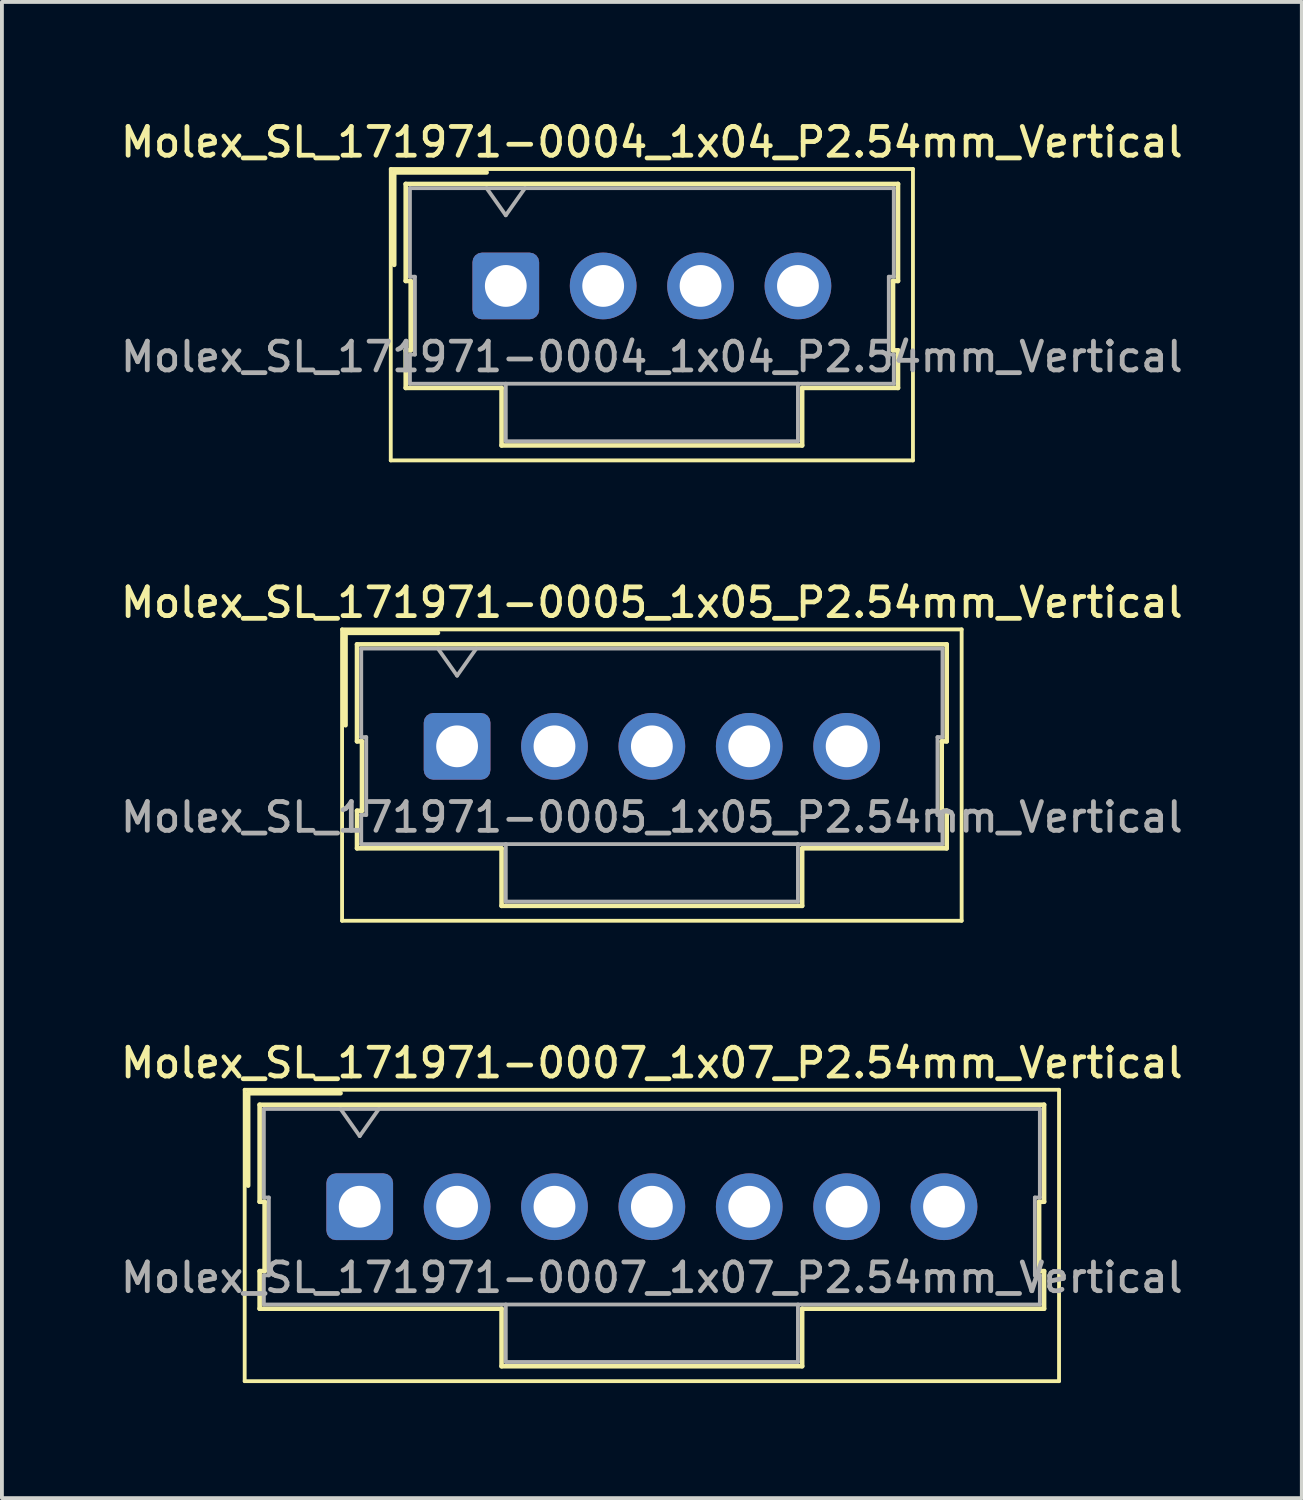
<source format=kicad_pcb>
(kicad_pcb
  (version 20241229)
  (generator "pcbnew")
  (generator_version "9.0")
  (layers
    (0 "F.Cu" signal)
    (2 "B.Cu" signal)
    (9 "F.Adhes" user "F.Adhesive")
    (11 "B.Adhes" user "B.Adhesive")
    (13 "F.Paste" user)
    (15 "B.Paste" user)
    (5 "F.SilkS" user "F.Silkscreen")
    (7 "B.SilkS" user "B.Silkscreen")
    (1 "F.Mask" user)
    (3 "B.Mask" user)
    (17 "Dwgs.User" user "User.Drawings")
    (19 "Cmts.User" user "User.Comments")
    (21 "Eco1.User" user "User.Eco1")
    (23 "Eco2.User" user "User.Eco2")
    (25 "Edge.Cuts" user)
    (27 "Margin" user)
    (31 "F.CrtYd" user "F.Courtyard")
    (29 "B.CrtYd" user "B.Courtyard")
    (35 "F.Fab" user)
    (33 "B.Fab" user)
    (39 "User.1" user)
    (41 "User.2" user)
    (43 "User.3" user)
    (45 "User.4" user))
  (footprint "Molex_SL_171971-0005_1x05_P2.54mm_Vertical"
    (layer "F.Cu")
    (at 8.872 16.416)
    (property "Reference" "Molex_SL_171971-0005_1x05_P2.54mm_Vertical" (at 5.08 -3.75 0) (layer "F.SilkS") (effects (font (size 0.75 0.75) (thickness 0.125))))
    (attr through_hole)
    (fp_line (start -3 -3.05) (end -3 4.55) (stroke (width 0.1) (type solid)) (layer "F.SilkS"))
    (fp_line (start -3 4.55) (end 13.16 4.55) (stroke (width 0.1) (type solid)) (layer "F.SilkS"))
    (fp_line (start -2.91 -2.96) (end -0.5 -2.96) (stroke (width 0.12) (type solid)) (layer "F.SilkS"))
    (fp_line (start -2.91 -0.55) (end -2.91 -2.96) (stroke (width 0.12) (type solid)) (layer "F.SilkS"))
    (fp_line (start -2.61 -2.66) (end -2.61 -0.13) (stroke (width 0.12) (type solid)) (layer "F.SilkS"))
    (fp_line (start -2.61 -0.13) (end -2.48 -0.13) (stroke (width 0.12) (type solid)) (layer "F.SilkS"))
    (fp_line (start -2.61 1.68) (end -2.61 2.66) (stroke (width 0.12) (type solid)) (layer "F.SilkS"))
    (fp_line (start -2.61 2.66) (end 1.16 2.66) (stroke (width 0.12) (type solid)) (layer "F.SilkS"))
    (fp_line (start -2.48 -0.13) (end -2.48 1.68) (stroke (width 0.12) (type solid)) (layer "F.SilkS"))
    (fp_line (start -2.48 1.68) (end -2.61 1.68) (stroke (width 0.12) (type solid)) (layer "F.SilkS"))
    (fp_line (start 1.16 2.66) (end 1.16 4.16) (stroke (width 0.12) (type solid)) (layer "F.SilkS"))
    (fp_line (start 1.16 4.16) (end 9 4.16) (stroke (width 0.12) (type solid)) (layer "F.SilkS"))
    (fp_line (start 9 2.66) (end 12.77 2.66) (stroke (width 0.12) (type solid)) (layer "F.SilkS"))
    (fp_line (start 9 4.16) (end 9 2.66) (stroke (width 0.12) (type solid)) (layer "F.SilkS"))
    (fp_line (start 12.64 -0.13) (end 12.77 -0.13) (stroke (width 0.12) (type solid)) (layer "F.SilkS"))
    (fp_line (start 12.64 1.68) (end 12.64 -0.13) (stroke (width 0.12) (type solid)) (layer "F.SilkS"))
    (fp_line (start 12.77 -2.66) (end -2.61 -2.66) (stroke (width 0.12) (type solid)) (layer "F.SilkS"))
    (fp_line (start 12.77 -0.13) (end 12.77 -2.66) (stroke (width 0.12) (type solid)) (layer "F.SilkS"))
    (fp_line (start 12.77 1.68) (end 12.64 1.68) (stroke (width 0.12) (type solid)) (layer "F.SilkS"))
    (fp_line (start 12.77 2.66) (end 12.77 1.68) (stroke (width 0.12) (type solid)) (layer "F.SilkS"))
    (fp_line (start 13.16 -3.05) (end -3 -3.05) (stroke (width 0.1) (type solid)) (layer "F.SilkS"))
    (fp_line (start 13.16 4.55) (end 13.16 -3.05) (stroke (width 0.1) (type solid)) (layer "F.SilkS"))
    (fp_line (start -2.5 -2.55) (end -2.5 -0.24) (stroke (width 0.1) (type solid)) (layer "F.Fab"))
    (fp_line (start -2.5 -0.24) (end -2.37 -0.24) (stroke (width 0.1) (type solid)) (layer "F.Fab"))
    (fp_line (start -2.5 1.79) (end -2.5 2.55) (stroke (width 0.1) (type solid)) (layer "F.Fab"))
    (fp_line (start -2.5 2.55) (end 12.66 2.55) (stroke (width 0.1) (type solid)) (layer "F.Fab"))
    (fp_line (start -2.37 -0.24) (end -2.37 1.79) (stroke (width 0.1) (type solid)) (layer "F.Fab"))
    (fp_line (start -2.37 1.79) (end -2.5 1.79) (stroke (width 0.1) (type solid)) (layer "F.Fab"))
    (fp_line (start 0 -1.843) (end -0.5 -2.55) (stroke (width 0.1) (type solid)) (layer "F.Fab"))
    (fp_line (start 0.5 -2.55) (end 0 -1.843) (stroke (width 0.1) (type solid)) (layer "F.Fab"))
    (fp_line (start 1.27 2.55) (end 1.27 4.05) (stroke (width 0.1) (type solid)) (layer "F.Fab"))
    (fp_line (start 1.27 4.05) (end 8.89 4.05) (stroke (width 0.1) (type solid)) (layer "F.Fab"))
    (fp_line (start 8.89 4.05) (end 8.89 2.55) (stroke (width 0.1) (type solid)) (layer "F.Fab"))
    (fp_line (start 12.53 -0.24) (end 12.66 -0.24) (stroke (width 0.1) (type solid)) (layer "F.Fab"))
    (fp_line (start 12.53 1.79) (end 12.53 -0.24) (stroke (width 0.1) (type solid)) (layer "F.Fab"))
    (fp_line (start 12.66 -2.55) (end -2.5 -2.55) (stroke (width 0.1) (type solid)) (layer "F.Fab"))
    (fp_line (start 12.66 -0.24) (end 12.66 -2.55) (stroke (width 0.1) (type solid)) (layer "F.Fab"))
    (fp_line (start 12.66 1.79) (end 12.53 1.79) (stroke (width 0.1) (type solid)) (layer "F.Fab"))
    (fp_line (start 12.66 2.55) (end 12.66 1.79) (stroke (width 0.1) (type solid)) (layer "F.Fab"))
    (fp_text user "${REFERENCE}" (at 5.08 1.85 0) (layer "F.Fab") (effects (font (size 0.75 0.75) (thickness 0.125))))
    (pad "1" thru_hole roundrect (at 0 0) (size 1.74 1.74) (drill 1.09) (layers "*.Cu" "*.Mask") (roundrect_rratio 0.144))
    (pad "2" thru_hole circle (at 2.54 0) (size 1.74 1.74) (drill 1.09) (layers "*.Cu" "*.Mask"))
    (pad "3" thru_hole circle (at 5.08 0) (size 1.74 1.74) (drill 1.09) (layers "*.Cu" "*.Mask"))
    (pad "4" thru_hole circle (at 7.62 0) (size 1.74 1.74) (drill 1.09) (layers "*.Cu" "*.Mask"))
    (pad "5" thru_hole circle (at 10.16 0) (size 1.74 1.74) (drill 1.09) (layers "*.Cu" "*.Mask")))
  (footprint "Molex_SL_171971-0004_1x04_P2.54mm_Vertical"
    (layer "F.Cu")
    (at 10.142 4.408)
    (property "Reference" "Molex_SL_171971-0004_1x04_P2.54mm_Vertical" (at 3.81 -3.75 0) (layer "F.SilkS") (effects (font (size 0.75 0.75) (thickness 0.125))))
    (attr through_hole)
    (fp_line (start -3 -3.05) (end -3 4.55) (stroke (width 0.1) (type solid)) (layer "F.SilkS"))
    (fp_line (start -3 4.55) (end 10.62 4.55) (stroke (width 0.1) (type solid)) (layer "F.SilkS"))
    (fp_line (start -2.91 -2.96) (end -0.5 -2.96) (stroke (width 0.12) (type solid)) (layer "F.SilkS"))
    (fp_line (start -2.91 -0.55) (end -2.91 -2.96) (stroke (width 0.12) (type solid)) (layer "F.SilkS"))
    (fp_line (start -2.61 -2.66) (end -2.61 -0.13) (stroke (width 0.12) (type solid)) (layer "F.SilkS"))
    (fp_line (start -2.61 -0.13) (end -2.48 -0.13) (stroke (width 0.12) (type solid)) (layer "F.SilkS"))
    (fp_line (start -2.61 1.68) (end -2.61 2.66) (stroke (width 0.12) (type solid)) (layer "F.SilkS"))
    (fp_line (start -2.61 2.66) (end -0.11 2.66) (stroke (width 0.12) (type solid)) (layer "F.SilkS"))
    (fp_line (start -2.48 -0.13) (end -2.48 1.68) (stroke (width 0.12) (type solid)) (layer "F.SilkS"))
    (fp_line (start -2.48 1.68) (end -2.61 1.68) (stroke (width 0.12) (type solid)) (layer "F.SilkS"))
    (fp_line (start -0.11 2.66) (end -0.11 4.16) (stroke (width 0.12) (type solid)) (layer "F.SilkS"))
    (fp_line (start -0.11 4.16) (end 7.73 4.16) (stroke (width 0.12) (type solid)) (layer "F.SilkS"))
    (fp_line (start 7.73 2.66) (end 10.23 2.66) (stroke (width 0.12) (type solid)) (layer "F.SilkS"))
    (fp_line (start 7.73 4.16) (end 7.73 2.66) (stroke (width 0.12) (type solid)) (layer "F.SilkS"))
    (fp_line (start 10.1 -0.13) (end 10.23 -0.13) (stroke (width 0.12) (type solid)) (layer "F.SilkS"))
    (fp_line (start 10.1 1.68) (end 10.1 -0.13) (stroke (width 0.12) (type solid)) (layer "F.SilkS"))
    (fp_line (start 10.23 -2.66) (end -2.61 -2.66) (stroke (width 0.12) (type solid)) (layer "F.SilkS"))
    (fp_line (start 10.23 -0.13) (end 10.23 -2.66) (stroke (width 0.12) (type solid)) (layer "F.SilkS"))
    (fp_line (start 10.23 1.68) (end 10.1 1.68) (stroke (width 0.12) (type solid)) (layer "F.SilkS"))
    (fp_line (start 10.23 2.66) (end 10.23 1.68) (stroke (width 0.12) (type solid)) (layer "F.SilkS"))
    (fp_line (start 10.62 -3.05) (end -3 -3.05) (stroke (width 0.1) (type solid)) (layer "F.SilkS"))
    (fp_line (start 10.62 4.55) (end 10.62 -3.05) (stroke (width 0.1) (type solid)) (layer "F.SilkS"))
    (fp_line (start -2.5 -2.55) (end -2.5 -0.24) (stroke (width 0.1) (type solid)) (layer "F.Fab"))
    (fp_line (start -2.5 -0.24) (end -2.37 -0.24) (stroke (width 0.1) (type solid)) (layer "F.Fab"))
    (fp_line (start -2.5 1.79) (end -2.5 2.55) (stroke (width 0.1) (type solid)) (layer "F.Fab"))
    (fp_line (start -2.5 2.55) (end 10.12 2.55) (stroke (width 0.1) (type solid)) (layer "F.Fab"))
    (fp_line (start -2.37 -0.24) (end -2.37 1.79) (stroke (width 0.1) (type solid)) (layer "F.Fab"))
    (fp_line (start -2.37 1.79) (end -2.5 1.79) (stroke (width 0.1) (type solid)) (layer "F.Fab"))
    (fp_line (start 0 -1.843) (end -0.5 -2.55) (stroke (width 0.1) (type solid)) (layer "F.Fab"))
    (fp_line (start 0 2.55) (end 0 4.05) (stroke (width 0.1) (type solid)) (layer "F.Fab"))
    (fp_line (start 0 4.05) (end 7.62 4.05) (stroke (width 0.1) (type solid)) (layer "F.Fab"))
    (fp_line (start 0.5 -2.55) (end 0 -1.843) (stroke (width 0.1) (type solid)) (layer "F.Fab"))
    (fp_line (start 7.62 4.05) (end 7.62 2.55) (stroke (width 0.1) (type solid)) (layer "F.Fab"))
    (fp_line (start 9.99 -0.24) (end 10.12 -0.24) (stroke (width 0.1) (type solid)) (layer "F.Fab"))
    (fp_line (start 9.99 1.79) (end 9.99 -0.24) (stroke (width 0.1) (type solid)) (layer "F.Fab"))
    (fp_line (start 10.12 -2.55) (end -2.5 -2.55) (stroke (width 0.1) (type solid)) (layer "F.Fab"))
    (fp_line (start 10.12 -0.24) (end 10.12 -2.55) (stroke (width 0.1) (type solid)) (layer "F.Fab"))
    (fp_line (start 10.12 1.79) (end 9.99 1.79) (stroke (width 0.1) (type solid)) (layer "F.Fab"))
    (fp_line (start 10.12 2.55) (end 10.12 1.79) (stroke (width 0.1) (type solid)) (layer "F.Fab"))
    (fp_text user "${REFERENCE}" (at 3.81 1.85 0) (layer "F.Fab") (effects (font (size 0.75 0.75) (thickness 0.125))))
    (pad "1" thru_hole roundrect (at 0 0) (size 1.74 1.74) (drill 1.09) (layers "*.Cu" "*.Mask") (roundrect_rratio 0.144))
    (pad "2" thru_hole circle (at 2.54 0) (size 1.74 1.74) (drill 1.09) (layers "*.Cu" "*.Mask"))
    (pad "3" thru_hole circle (at 5.08 0) (size 1.74 1.74) (drill 1.09) (layers "*.Cu" "*.Mask"))
    (pad "4" thru_hole circle (at 7.62 0) (size 1.74 1.74) (drill 1.09) (layers "*.Cu" "*.Mask")))
  (footprint "Molex_SL_171971-0007_1x07_P2.54mm_Vertical"
    (layer "F.Cu")
    (at 6.332 28.424)
    (property "Reference" "Molex_SL_171971-0007_1x07_P2.54mm_Vertical" (at 7.62 -3.75 0) (layer "F.SilkS") (effects (font (size 0.75 0.75) (thickness 0.125))))
    (attr through_hole)
    (fp_line (start -3 -3.05) (end -3 4.55) (stroke (width 0.1) (type solid)) (layer "F.SilkS"))
    (fp_line (start -3 4.55) (end 18.24 4.55) (stroke (width 0.1) (type solid)) (layer "F.SilkS"))
    (fp_line (start -2.91 -2.96) (end -0.5 -2.96) (stroke (width 0.12) (type solid)) (layer "F.SilkS"))
    (fp_line (start -2.91 -0.55) (end -2.91 -2.96) (stroke (width 0.12) (type solid)) (layer "F.SilkS"))
    (fp_line (start -2.61 -2.66) (end -2.61 -0.13) (stroke (width 0.12) (type solid)) (layer "F.SilkS"))
    (fp_line (start -2.61 -0.13) (end -2.48 -0.13) (stroke (width 0.12) (type solid)) (layer "F.SilkS"))
    (fp_line (start -2.61 1.68) (end -2.61 2.66) (stroke (width 0.12) (type solid)) (layer "F.SilkS"))
    (fp_line (start -2.61 2.66) (end 3.7 2.66) (stroke (width 0.12) (type solid)) (layer "F.SilkS"))
    (fp_line (start -2.48 -0.13) (end -2.48 1.68) (stroke (width 0.12) (type solid)) (layer "F.SilkS"))
    (fp_line (start -2.48 1.68) (end -2.61 1.68) (stroke (width 0.12) (type solid)) (layer "F.SilkS"))
    (fp_line (start 3.7 2.66) (end 3.7 4.16) (stroke (width 0.12) (type solid)) (layer "F.SilkS"))
    (fp_line (start 3.7 4.16) (end 11.54 4.16) (stroke (width 0.12) (type solid)) (layer "F.SilkS"))
    (fp_line (start 11.54 2.66) (end 17.85 2.66) (stroke (width 0.12) (type solid)) (layer "F.SilkS"))
    (fp_line (start 11.54 4.16) (end 11.54 2.66) (stroke (width 0.12) (type solid)) (layer "F.SilkS"))
    (fp_line (start 17.72 -0.13) (end 17.85 -0.13) (stroke (width 0.12) (type solid)) (layer "F.SilkS"))
    (fp_line (start 17.72 1.68) (end 17.72 -0.13) (stroke (width 0.12) (type solid)) (layer "F.SilkS"))
    (fp_line (start 17.85 -2.66) (end -2.61 -2.66) (stroke (width 0.12) (type solid)) (layer "F.SilkS"))
    (fp_line (start 17.85 -0.13) (end 17.85 -2.66) (stroke (width 0.12) (type solid)) (layer "F.SilkS"))
    (fp_line (start 17.85 1.68) (end 17.72 1.68) (stroke (width 0.12) (type solid)) (layer "F.SilkS"))
    (fp_line (start 17.85 2.66) (end 17.85 1.68) (stroke (width 0.12) (type solid)) (layer "F.SilkS"))
    (fp_line (start 18.24 -3.05) (end -3 -3.05) (stroke (width 0.1) (type solid)) (layer "F.SilkS"))
    (fp_line (start 18.24 4.55) (end 18.24 -3.05) (stroke (width 0.1) (type solid)) (layer "F.SilkS"))
    (fp_line (start -2.5 -2.55) (end -2.5 -0.24) (stroke (width 0.1) (type solid)) (layer "F.Fab"))
    (fp_line (start -2.5 -0.24) (end -2.37 -0.24) (stroke (width 0.1) (type solid)) (layer "F.Fab"))
    (fp_line (start -2.5 1.79) (end -2.5 2.55) (stroke (width 0.1) (type solid)) (layer "F.Fab"))
    (fp_line (start -2.5 2.55) (end 17.74 2.55) (stroke (width 0.1) (type solid)) (layer "F.Fab"))
    (fp_line (start -2.37 -0.24) (end -2.37 1.79) (stroke (width 0.1) (type solid)) (layer "F.Fab"))
    (fp_line (start -2.37 1.79) (end -2.5 1.79) (stroke (width 0.1) (type solid)) (layer "F.Fab"))
    (fp_line (start 0 -1.843) (end -0.5 -2.55) (stroke (width 0.1) (type solid)) (layer "F.Fab"))
    (fp_line (start 0.5 -2.55) (end 0 -1.843) (stroke (width 0.1) (type solid)) (layer "F.Fab"))
    (fp_line (start 3.81 2.55) (end 3.81 4.05) (stroke (width 0.1) (type solid)) (layer "F.Fab"))
    (fp_line (start 3.81 4.05) (end 11.43 4.05) (stroke (width 0.1) (type solid)) (layer "F.Fab"))
    (fp_line (start 11.43 4.05) (end 11.43 2.55) (stroke (width 0.1) (type solid)) (layer "F.Fab"))
    (fp_line (start 17.61 -0.24) (end 17.74 -0.24) (stroke (width 0.1) (type solid)) (layer "F.Fab"))
    (fp_line (start 17.61 1.79) (end 17.61 -0.24) (stroke (width 0.1) (type solid)) (layer "F.Fab"))
    (fp_line (start 17.74 -2.55) (end -2.5 -2.55) (stroke (width 0.1) (type solid)) (layer "F.Fab"))
    (fp_line (start 17.74 -0.24) (end 17.74 -2.55) (stroke (width 0.1) (type solid)) (layer "F.Fab"))
    (fp_line (start 17.74 1.79) (end 17.61 1.79) (stroke (width 0.1) (type solid)) (layer "F.Fab"))
    (fp_line (start 17.74 2.55) (end 17.74 1.79) (stroke (width 0.1) (type solid)) (layer "F.Fab"))
    (fp_text user "${REFERENCE}" (at 7.62 1.85 0) (layer "F.Fab") (effects (font (size 0.75 0.75) (thickness 0.125))))
    (pad "1" thru_hole roundrect (at 0 0) (size 1.74 1.74) (drill 1.09) (layers "*.Cu" "*.Mask") (roundrect_rratio 0.144))
    (pad "2" thru_hole circle (at 2.54 0) (size 1.74 1.74) (drill 1.09) (layers "*.Cu" "*.Mask"))
    (pad "3" thru_hole circle (at 5.08 0) (size 1.74 1.74) (drill 1.09) (layers "*.Cu" "*.Mask"))
    (pad "4" thru_hole circle (at 7.62 0) (size 1.74 1.74) (drill 1.09) (layers "*.Cu" "*.Mask"))
    (pad "5" thru_hole circle (at 10.16 0) (size 1.74 1.74) (drill 1.09) (layers "*.Cu" "*.Mask"))
    (pad "6" thru_hole circle (at 12.7 0) (size 1.74 1.74) (drill 1.09) (layers "*.Cu" "*.Mask"))
    (pad "7" thru_hole circle (at 15.24 0) (size 1.74 1.74) (drill 1.09) (layers "*.Cu" "*.Mask")))
  (gr_rect
    (start -3 -3)
    (end 30.904 36.024)
    (stroke (width 0.1) (type default))
    (fill no)
    (layer "Edge.Cuts")))
</source>
